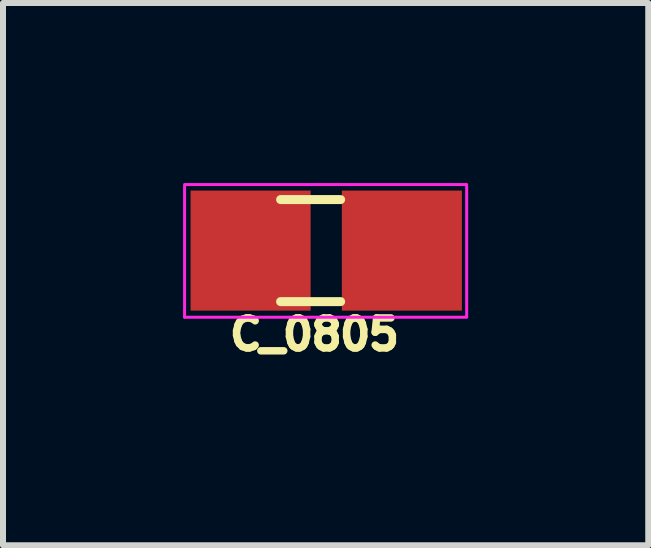
<source format=kicad_pcb>
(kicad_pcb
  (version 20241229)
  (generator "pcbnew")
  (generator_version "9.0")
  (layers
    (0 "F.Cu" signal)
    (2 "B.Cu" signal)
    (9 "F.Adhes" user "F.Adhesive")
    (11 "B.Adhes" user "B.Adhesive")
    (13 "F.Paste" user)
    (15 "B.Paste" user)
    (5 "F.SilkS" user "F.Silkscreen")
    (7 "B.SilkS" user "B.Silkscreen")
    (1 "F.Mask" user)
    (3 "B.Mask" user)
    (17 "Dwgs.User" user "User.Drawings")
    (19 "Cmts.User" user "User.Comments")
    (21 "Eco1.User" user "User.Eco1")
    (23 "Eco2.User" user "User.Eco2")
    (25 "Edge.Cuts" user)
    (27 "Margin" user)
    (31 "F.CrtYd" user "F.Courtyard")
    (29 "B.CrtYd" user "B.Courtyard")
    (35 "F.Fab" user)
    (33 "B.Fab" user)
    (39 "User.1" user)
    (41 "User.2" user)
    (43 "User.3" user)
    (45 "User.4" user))
  (footprint "C_0805"
    (layer "F.Cu")
    (at 2.125 1.125)
    (property "Reference" "C_0805" (at 0.064 1.397 0) (layer "F.SilkS") (effects (font (size 0.5 0.5) (thickness 0.125))))
    (attr smd)
    (fp_line (start -0.5 0.85) (end 0.5 0.85) (stroke (width 0.15) (type solid)) (layer "F.SilkS"))
    (fp_line (start 0.5 -0.85) (end -0.5 -0.85) (stroke (width 0.15) (type solid)) (layer "F.SilkS"))
    (fp_line (start -2.1 -1.1) (end 2.6 -1.1) (stroke (width 0.05) (type solid)) (layer "F.CrtYd"))
    (fp_line (start -2.1 -1.07) (end -2.1 1.11) (stroke (width 0.05) (type solid)) (layer "F.CrtYd"))
    (fp_line (start -2.1 1.11) (end 2.6 1.11) (stroke (width 0.05) (type solid)) (layer "F.CrtYd"))
    (fp_line (start 2.6 -1.07) (end 2.6 1.1) (stroke (width 0.05) (type solid)) (layer "F.CrtYd"))
    (pad "1" smd rect (at -1 0) (size 2 2) (layers "F.Cu" "F.Mask" "F.Paste"))
    (pad "2" smd rect (at 1.52 0) (size 2 2) (layers "F.Cu" "F.Mask" "F.Paste")))
  (gr_rect
    (start -3 -3)
    (end 7.75 6.034)
    (stroke (width 0.1) (type default))
    (fill no)
    (layer "Edge.Cuts")))
</source>
